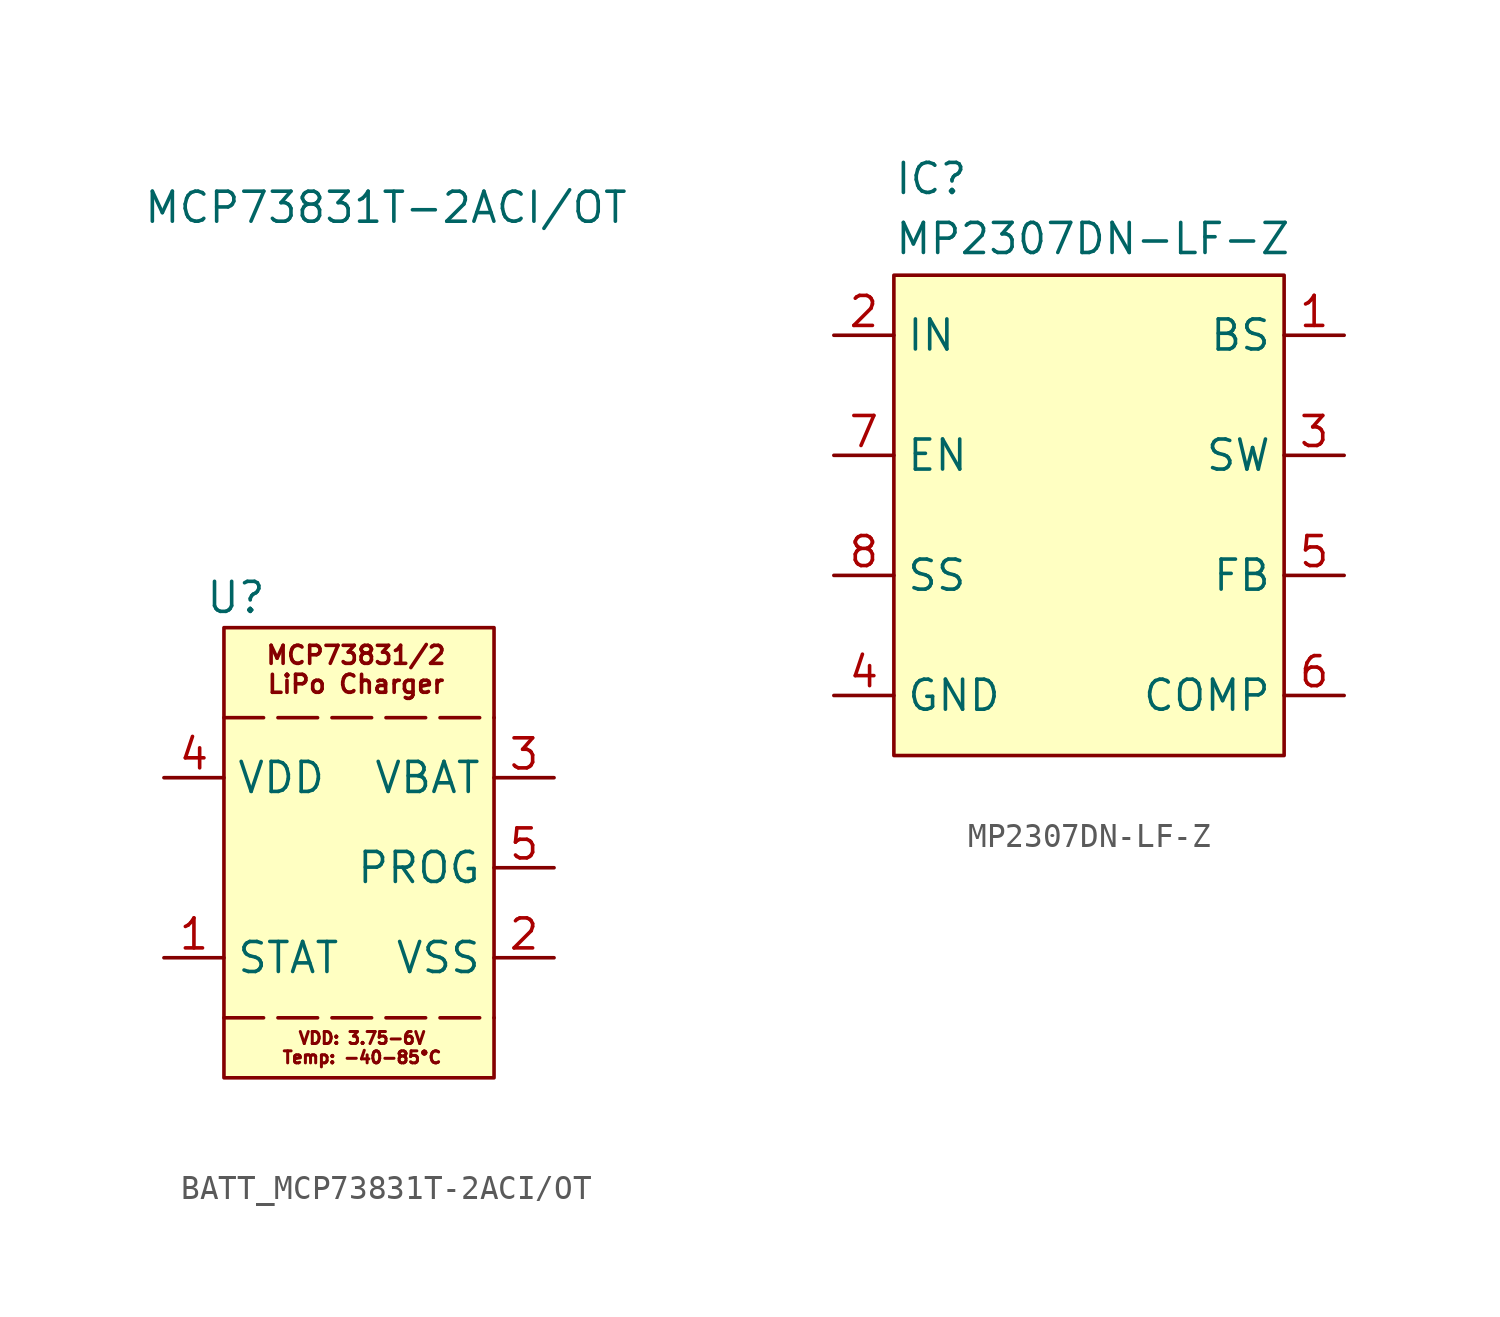
<source format=kicad_sym>
(kicad_symbol_lib
  (version 20241209)
  (generator "kicad_symbol_editor")
  (generator_version "9.0")
  (symbol "BATT_MCP73831T-2ACI/OT"
    (property "Reference" "U"
      (at 0.508 1.27 0)
      (effects (font (size 1.27 1.27))))
    (property "Value" "MCP73831T-2ACI/OT"
      (at 6.858 17.78 0)
      (effects (font (size 1.27 1.27))))
    (symbol "BATT_MCP73831T-2ACI/OT_1_1"
      (rectangle (start 0 0) (end 11.43 -19.05) (stroke (width 0) (type solid)) (fill (type background)))
      (polyline (pts (xy 0 -3.81) (xy 11.43 -3.81)) (stroke (width 0) (type dash)) (fill (type none)))
      (polyline (pts (xy 0 -16.51) (xy 11.43 -16.51)) (stroke (width 0) (type dash)) (fill (type none)))
      (text "MCP73831/2\nLiPo Charger" (at 5.588 -1.778 0) (effects (font (size 0.762 0.762))))
      (text "VDD: 3.75-6V\nTemp: -40-85°C" (at 5.842 -17.78 0) (effects (font (size 0.508 0.508))))
      (pin power_in line (at -2.54 -6.35 0) (length 2.54) (name "VDD" (effects (font (size 1.27 1.27)))) (number "4" (effects (font (size 1.27 1.27)))))
      (pin bidirectional line (at -2.54 -13.97 0) (length 2.54) (name "STAT" (effects (font (size 1.27 1.27)))) (number "1" (effects (font (size 1.27 1.27)))))
      (pin bidirectional line (at 13.97 -6.35 180) (length 2.54) (name "VBAT" (effects (font (size 1.27 1.27)))) (number "3" (effects (font (size 1.27 1.27)))))
      (pin bidirectional line (at 13.97 -10.16 180) (length 2.54) (name "PROG" (effects (font (size 1.27 1.27)))) (number "5" (effects (font (size 1.27 1.27)))))
      (pin bidirectional line (at 13.97 -13.97 180) (length 2.54) (name "VSS" (effects (font (size 1.27 1.27)))) (number "2" (effects (font (size 1.27 1.27)))))))
  (symbol "MP2307DN-LF-Z"
    (property "Reference" "IC"
      (at 0 4.826 0)
      (effects (font (size 1.27 1.27)) (justify left top)))
    (property "Value" "MP2307DN-LF-Z"
      (at 0 2.286 0)
      (effects (font (size 1.27 1.27)) (justify left top)))
    (symbol "MP2307DN-LF-Z_1_1"
      (rectangle (start 0 0) (end 16.51 -20.32) (stroke (width 0) (type solid)) (fill (type background)))
      (pin passive line (at -2.54 -2.54 0) (length 2.54) (name "IN" (effects (font (size 1.27 1.27)))) (number "2" (effects (font (size 1.27 1.27)))))
      (pin passive line (at -2.54 -7.62 0) (length 2.54) (name "EN" (effects (font (size 1.27 1.27)))) (number "7" (effects (font (size 1.27 1.27)))))
      (pin passive line (at -2.54 -12.7 0) (length 2.54) (name "SS" (effects (font (size 1.27 1.27)))) (number "8" (effects (font (size 1.27 1.27)))))
      (pin passive line (at -2.54 -17.78 0) (length 2.54) (name "GND" (effects (font (size 1.27 1.27)))) (number "4" (effects (font (size 1.27 1.27)))))
      (pin passive line (at 19.05 -2.54 180) (length 2.54) (name "BS" (effects (font (size 1.27 1.27)))) (number "1" (effects (font (size 1.27 1.27)))))
      (pin passive line (at 19.05 -7.62 180) (length 2.54) (name "SW" (effects (font (size 1.27 1.27)))) (number "3" (effects (font (size 1.27 1.27)))))
      (pin passive line (at 19.05 -12.7 180) (length 2.54) (name "FB" (effects (font (size 1.27 1.27)))) (number "5" (effects (font (size 1.27 1.27)))))
      (pin passive line (at 19.05 -17.78 180) (length 2.54) (name "COMP" (effects (font (size 1.27 1.27)))) (number "6" (effects (font (size 1.27 1.27))))))))
</source>
